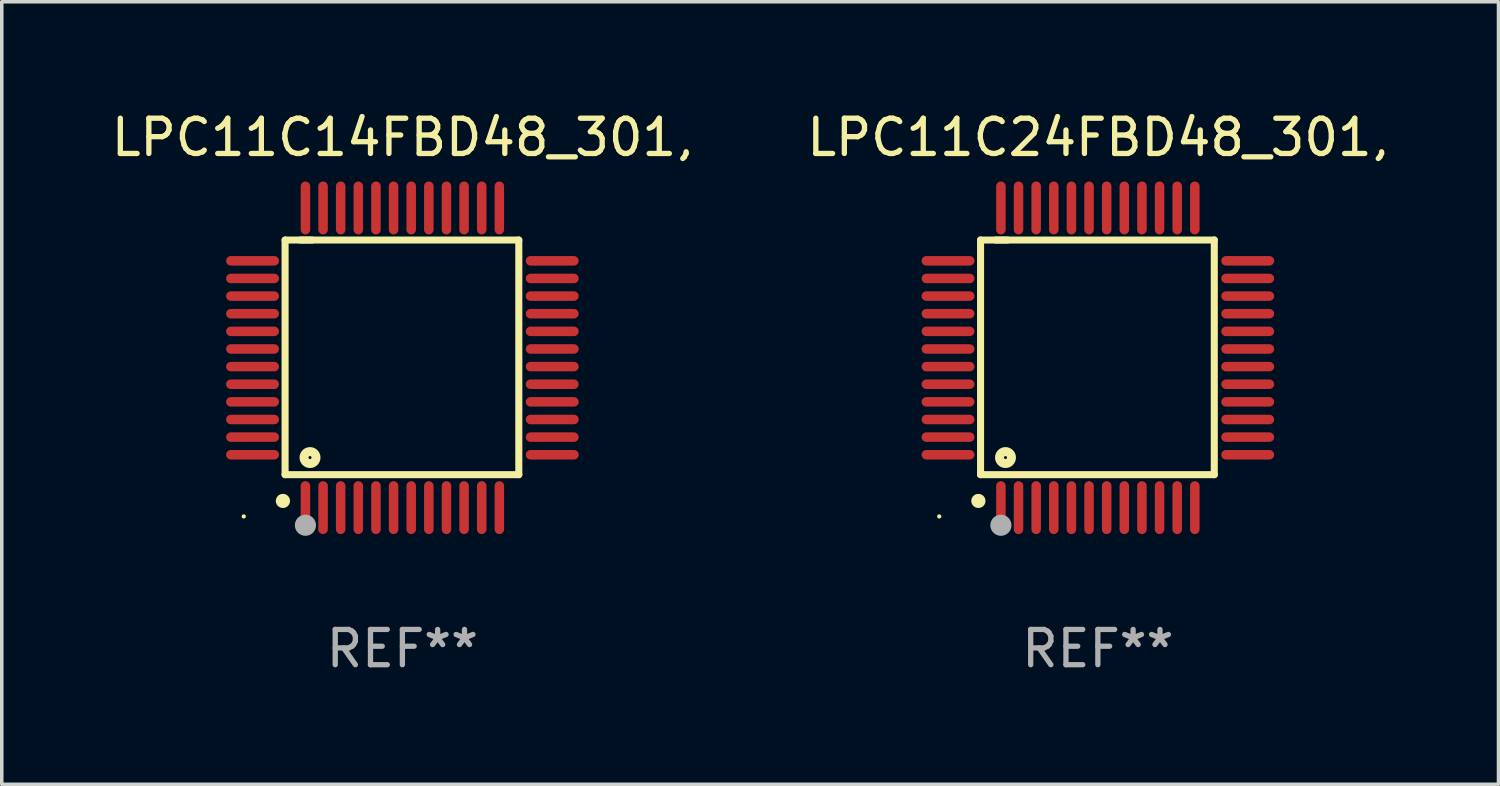
<source format=kicad_pcb>
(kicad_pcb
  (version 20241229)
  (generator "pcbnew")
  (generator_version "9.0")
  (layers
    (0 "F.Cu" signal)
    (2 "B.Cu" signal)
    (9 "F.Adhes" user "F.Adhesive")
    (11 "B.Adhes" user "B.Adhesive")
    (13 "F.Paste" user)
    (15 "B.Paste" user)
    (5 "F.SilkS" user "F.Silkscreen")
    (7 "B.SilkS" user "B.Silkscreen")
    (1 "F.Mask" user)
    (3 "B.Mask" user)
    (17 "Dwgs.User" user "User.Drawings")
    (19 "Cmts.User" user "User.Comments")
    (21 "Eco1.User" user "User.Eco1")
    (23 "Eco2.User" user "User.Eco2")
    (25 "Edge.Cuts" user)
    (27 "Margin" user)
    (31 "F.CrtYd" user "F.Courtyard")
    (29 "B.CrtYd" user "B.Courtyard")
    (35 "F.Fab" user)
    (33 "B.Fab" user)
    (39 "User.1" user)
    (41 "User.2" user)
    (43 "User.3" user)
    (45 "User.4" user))
  (footprint "LPC11C24FBD48_301,"
    (layer "F.Cu")
    (at 28.089 7.098)
    (property "Reference" "LPC11C24FBD48_301," (at 0 -6.25 0) (layer "F.SilkS") (effects (font (size 1 1) (thickness 0.15))))
    (attr through_hole)
    (fp_line (start -3.327 -3.34) (end -2.565 -3.34) (stroke (width 0.2) (type solid)) (layer "F.SilkS"))
    (fp_line (start -3.327 3.315) (end -3.327 -3.34) (stroke (width 0.2) (type solid)) (layer "F.SilkS"))
    (fp_line (start -2.896 -3.34) (end 3.302 -3.34) (stroke (width 0.2) (type solid)) (layer "F.SilkS"))
    (fp_line (start 3.302 -3.34) (end 3.302 3.315) (stroke (width 0.2) (type solid)) (layer "F.SilkS"))
    (fp_line (start 3.302 3.315) (end -3.327 3.315) (stroke (width 0.2) (type solid)) (layer "F.SilkS"))
    (fp_arc (start -3.389992 4.059995) (mid -3.388722 4.059991) (end -3.387452 4.059995) (stroke (width 0.4) (type solid)) (layer "F.SilkS"))
    (fp_circle (center -4.5 4.5) (end -4.47 4.5) (stroke (width 0.06) (type solid)) (fill no) (layer "F.SilkS"))
    (fp_circle (center -2.62 2.83) (end -2.45 2.83) (stroke (width 0.254) (type solid)) (fill no) (layer "F.SilkS"))
    (fp_circle (center -2.75 4.75) (end -2.6 4.75) (stroke (width 0.3) (type solid)) (fill no) (layer "F.Fab"))
    (fp_text user "REF**" (at 0 8.25 0) (layer "F.Fab") (effects (font (size 1 1) (thickness 0.15))))
    (pad "1" smd oval (at -2.75 4.25) (size 0.27 1.5) (layers "F.Cu" "F.Mask" "F.Paste"))
    (pad "2" smd oval (at -2.25 4.25) (size 0.27 1.5) (layers "F.Cu" "F.Mask" "F.Paste"))
    (pad "3" smd oval (at -1.75 4.25) (size 0.27 1.5) (layers "F.Cu" "F.Mask" "F.Paste"))
    (pad "4" smd oval (at -1.25 4.25) (size 0.27 1.5) (layers "F.Cu" "F.Mask" "F.Paste"))
    (pad "5" smd oval (at -0.75 4.25) (size 0.27 1.5) (layers "F.Cu" "F.Mask" "F.Paste"))
    (pad "6" smd oval (at -0.25 4.25) (size 0.27 1.5) (layers "F.Cu" "F.Mask" "F.Paste"))
    (pad "7" smd oval (at 0.25 4.25) (size 0.27 1.5) (layers "F.Cu" "F.Mask" "F.Paste"))
    (pad "8" smd oval (at 0.75 4.25) (size 0.27 1.5) (layers "F.Cu" "F.Mask" "F.Paste"))
    (pad "9" smd oval (at 1.25 4.25) (size 0.27 1.5) (layers "F.Cu" "F.Mask" "F.Paste"))
    (pad "10" smd oval (at 1.75 4.25) (size 0.27 1.5) (layers "F.Cu" "F.Mask" "F.Paste"))
    (pad "11" smd oval (at 2.25 4.25) (size 0.27 1.5) (layers "F.Cu" "F.Mask" "F.Paste"))
    (pad "12" smd oval (at 2.75 4.25) (size 0.27 1.5) (layers "F.Cu" "F.Mask" "F.Paste"))
    (pad "13" smd oval (at 4.25 2.75) (size 1.5 0.27) (layers "F.Cu" "F.Mask" "F.Paste"))
    (pad "14" smd oval (at 4.25 2.25) (size 1.5 0.27) (layers "F.Cu" "F.Mask" "F.Paste"))
    (pad "15" smd oval (at 4.25 1.75) (size 1.5 0.27) (layers "F.Cu" "F.Mask" "F.Paste"))
    (pad "16" smd oval (at 4.25 1.25) (size 1.5 0.27) (layers "F.Cu" "F.Mask" "F.Paste"))
    (pad "17" smd oval (at 4.25 0.75) (size 1.5 0.27) (layers "F.Cu" "F.Mask" "F.Paste"))
    (pad "18" smd oval (at 4.25 0.25) (size 1.5 0.27) (layers "F.Cu" "F.Mask" "F.Paste"))
    (pad "19" smd oval (at 4.25 -0.25) (size 1.5 0.27) (layers "F.Cu" "F.Mask" "F.Paste"))
    (pad "20" smd oval (at 4.25 -0.75) (size 1.5 0.27) (layers "F.Cu" "F.Mask" "F.Paste"))
    (pad "21" smd oval (at 4.25 -1.25) (size 1.5 0.27) (layers "F.Cu" "F.Mask" "F.Paste"))
    (pad "22" smd oval (at 4.25 -1.75) (size 1.5 0.27) (layers "F.Cu" "F.Mask" "F.Paste"))
    (pad "23" smd oval (at 4.25 -2.25) (size 1.5 0.27) (layers "F.Cu" "F.Mask" "F.Paste"))
    (pad "24" smd oval (at 4.25 -2.75) (size 1.5 0.27) (layers "F.Cu" "F.Mask" "F.Paste"))
    (pad "25" smd oval (at 2.75 -4.25) (size 0.27 1.5) (layers "F.Cu" "F.Mask" "F.Paste"))
    (pad "26" smd oval (at 2.25 -4.25) (size 0.27 1.5) (layers "F.Cu" "F.Mask" "F.Paste"))
    (pad "27" smd oval (at 1.75 -4.25) (size 0.27 1.5) (layers "F.Cu" "F.Mask" "F.Paste"))
    (pad "28" smd oval (at 1.25 -4.25) (size 0.27 1.5) (layers "F.Cu" "F.Mask" "F.Paste"))
    (pad "29" smd oval (at 0.75 -4.25) (size 0.27 1.5) (layers "F.Cu" "F.Mask" "F.Paste"))
    (pad "30" smd oval (at 0.25 -4.25) (size 0.27 1.5) (layers "F.Cu" "F.Mask" "F.Paste"))
    (pad "31" smd oval (at -0.25 -4.25) (size 0.27 1.5) (layers "F.Cu" "F.Mask" "F.Paste"))
    (pad "32" smd oval (at -0.75 -4.25) (size 0.27 1.5) (layers "F.Cu" "F.Mask" "F.Paste"))
    (pad "33" smd oval (at -1.25 -4.25) (size 0.27 1.5) (layers "F.Cu" "F.Mask" "F.Paste"))
    (pad "34" smd oval (at -1.75 -4.25) (size 0.27 1.5) (layers "F.Cu" "F.Mask" "F.Paste"))
    (pad "35" smd oval (at -2.25 -4.25) (size 0.27 1.5) (layers "F.Cu" "F.Mask" "F.Paste"))
    (pad "36" smd oval (at -2.75 -4.25) (size 0.27 1.5) (layers "F.Cu" "F.Mask" "F.Paste"))
    (pad "37" smd oval (at -4.25 -2.75) (size 1.5 0.27) (layers "F.Cu" "F.Mask" "F.Paste"))
    (pad "38" smd oval (at -4.25 -2.25) (size 1.5 0.27) (layers "F.Cu" "F.Mask" "F.Paste"))
    (pad "39" smd oval (at -4.25 -1.75) (size 1.5 0.27) (layers "F.Cu" "F.Mask" "F.Paste"))
    (pad "40" smd oval (at -4.25 -1.25) (size 1.5 0.27) (layers "F.Cu" "F.Mask" "F.Paste"))
    (pad "41" smd oval (at -4.25 -0.75) (size 1.5 0.27) (layers "F.Cu" "F.Mask" "F.Paste"))
    (pad "42" smd oval (at -4.25 -0.25) (size 1.5 0.27) (layers "F.Cu" "F.Mask" "F.Paste"))
    (pad "43" smd oval (at -4.25 0.25) (size 1.5 0.27) (layers "F.Cu" "F.Mask" "F.Paste"))
    (pad "44" smd oval (at -4.25 0.75) (size 1.5 0.27) (layers "F.Cu" "F.Mask" "F.Paste"))
    (pad "45" smd oval (at -4.25 1.25) (size 1.5 0.27) (layers "F.Cu" "F.Mask" "F.Paste"))
    (pad "46" smd oval (at -4.25 1.75) (size 1.5 0.27) (layers "F.Cu" "F.Mask" "F.Paste"))
    (pad "47" smd oval (at -4.25 2.25) (size 1.5 0.27) (layers "F.Cu" "F.Mask" "F.Paste"))
    (pad "48" smd oval (at -4.25 2.75) (size 1.5 0.27) (layers "F.Cu" "F.Mask" "F.Paste")))
  (footprint "LPC11C14FBD48_301,"
    (layer "F.Cu")
    (at 8.363 7.098)
    (property "Reference" "LPC11C14FBD48_301," (at 0 -6.25 0) (layer "F.SilkS") (effects (font (size 1 1) (thickness 0.15))))
    (attr through_hole)
    (fp_line (start -3.327 -3.34) (end -2.565 -3.34) (stroke (width 0.2) (type solid)) (layer "F.SilkS"))
    (fp_line (start -3.327 3.315) (end -3.327 -3.34) (stroke (width 0.2) (type solid)) (layer "F.SilkS"))
    (fp_line (start -2.896 -3.34) (end 3.302 -3.34) (stroke (width 0.2) (type solid)) (layer "F.SilkS"))
    (fp_line (start 3.302 -3.34) (end 3.302 3.315) (stroke (width 0.2) (type solid)) (layer "F.SilkS"))
    (fp_line (start 3.302 3.315) (end -3.327 3.315) (stroke (width 0.2) (type solid)) (layer "F.SilkS"))
    (fp_arc (start -3.389992 4.059995) (mid -3.388722 4.059991) (end -3.387452 4.059995) (stroke (width 0.4) (type solid)) (layer "F.SilkS"))
    (fp_circle (center -4.5 4.5) (end -4.47 4.5) (stroke (width 0.06) (type solid)) (fill no) (layer "F.SilkS"))
    (fp_circle (center -2.62 2.83) (end -2.45 2.83) (stroke (width 0.254) (type solid)) (fill no) (layer "F.SilkS"))
    (fp_circle (center -2.75 4.75) (end -2.6 4.75) (stroke (width 0.3) (type solid)) (fill no) (layer "F.Fab"))
    (fp_text user "REF**" (at 0 8.25 0) (layer "F.Fab") (effects (font (size 1 1) (thickness 0.15))))
    (pad "1" smd oval (at -2.75 4.25) (size 0.27 1.5) (layers "F.Cu" "F.Mask" "F.Paste"))
    (pad "2" smd oval (at -2.25 4.25) (size 0.27 1.5) (layers "F.Cu" "F.Mask" "F.Paste"))
    (pad "3" smd oval (at -1.75 4.25) (size 0.27 1.5) (layers "F.Cu" "F.Mask" "F.Paste"))
    (pad "4" smd oval (at -1.25 4.25) (size 0.27 1.5) (layers "F.Cu" "F.Mask" "F.Paste"))
    (pad "5" smd oval (at -0.75 4.25) (size 0.27 1.5) (layers "F.Cu" "F.Mask" "F.Paste"))
    (pad "6" smd oval (at -0.25 4.25) (size 0.27 1.5) (layers "F.Cu" "F.Mask" "F.Paste"))
    (pad "7" smd oval (at 0.25 4.25) (size 0.27 1.5) (layers "F.Cu" "F.Mask" "F.Paste"))
    (pad "8" smd oval (at 0.75 4.25) (size 0.27 1.5) (layers "F.Cu" "F.Mask" "F.Paste"))
    (pad "9" smd oval (at 1.25 4.25) (size 0.27 1.5) (layers "F.Cu" "F.Mask" "F.Paste"))
    (pad "10" smd oval (at 1.75 4.25) (size 0.27 1.5) (layers "F.Cu" "F.Mask" "F.Paste"))
    (pad "11" smd oval (at 2.25 4.25) (size 0.27 1.5) (layers "F.Cu" "F.Mask" "F.Paste"))
    (pad "12" smd oval (at 2.75 4.25) (size 0.27 1.5) (layers "F.Cu" "F.Mask" "F.Paste"))
    (pad "13" smd oval (at 4.25 2.75) (size 1.5 0.27) (layers "F.Cu" "F.Mask" "F.Paste"))
    (pad "14" smd oval (at 4.25 2.25) (size 1.5 0.27) (layers "F.Cu" "F.Mask" "F.Paste"))
    (pad "15" smd oval (at 4.25 1.75) (size 1.5 0.27) (layers "F.Cu" "F.Mask" "F.Paste"))
    (pad "16" smd oval (at 4.25 1.25) (size 1.5 0.27) (layers "F.Cu" "F.Mask" "F.Paste"))
    (pad "17" smd oval (at 4.25 0.75) (size 1.5 0.27) (layers "F.Cu" "F.Mask" "F.Paste"))
    (pad "18" smd oval (at 4.25 0.25) (size 1.5 0.27) (layers "F.Cu" "F.Mask" "F.Paste"))
    (pad "19" smd oval (at 4.25 -0.25) (size 1.5 0.27) (layers "F.Cu" "F.Mask" "F.Paste"))
    (pad "20" smd oval (at 4.25 -0.75) (size 1.5 0.27) (layers "F.Cu" "F.Mask" "F.Paste"))
    (pad "21" smd oval (at 4.25 -1.25) (size 1.5 0.27) (layers "F.Cu" "F.Mask" "F.Paste"))
    (pad "22" smd oval (at 4.25 -1.75) (size 1.5 0.27) (layers "F.Cu" "F.Mask" "F.Paste"))
    (pad "23" smd oval (at 4.25 -2.25) (size 1.5 0.27) (layers "F.Cu" "F.Mask" "F.Paste"))
    (pad "24" smd oval (at 4.25 -2.75) (size 1.5 0.27) (layers "F.Cu" "F.Mask" "F.Paste"))
    (pad "25" smd oval (at 2.75 -4.25) (size 0.27 1.5) (layers "F.Cu" "F.Mask" "F.Paste"))
    (pad "26" smd oval (at 2.25 -4.25) (size 0.27 1.5) (layers "F.Cu" "F.Mask" "F.Paste"))
    (pad "27" smd oval (at 1.75 -4.25) (size 0.27 1.5) (layers "F.Cu" "F.Mask" "F.Paste"))
    (pad "28" smd oval (at 1.25 -4.25) (size 0.27 1.5) (layers "F.Cu" "F.Mask" "F.Paste"))
    (pad "29" smd oval (at 0.75 -4.25) (size 0.27 1.5) (layers "F.Cu" "F.Mask" "F.Paste"))
    (pad "30" smd oval (at 0.25 -4.25) (size 0.27 1.5) (layers "F.Cu" "F.Mask" "F.Paste"))
    (pad "31" smd oval (at -0.25 -4.25) (size 0.27 1.5) (layers "F.Cu" "F.Mask" "F.Paste"))
    (pad "32" smd oval (at -0.75 -4.25) (size 0.27 1.5) (layers "F.Cu" "F.Mask" "F.Paste"))
    (pad "33" smd oval (at -1.25 -4.25) (size 0.27 1.5) (layers "F.Cu" "F.Mask" "F.Paste"))
    (pad "34" smd oval (at -1.75 -4.25) (size 0.27 1.5) (layers "F.Cu" "F.Mask" "F.Paste"))
    (pad "35" smd oval (at -2.25 -4.25) (size 0.27 1.5) (layers "F.Cu" "F.Mask" "F.Paste"))
    (pad "36" smd oval (at -2.75 -4.25) (size 0.27 1.5) (layers "F.Cu" "F.Mask" "F.Paste"))
    (pad "37" smd oval (at -4.25 -2.75) (size 1.5 0.27) (layers "F.Cu" "F.Mask" "F.Paste"))
    (pad "38" smd oval (at -4.25 -2.25) (size 1.5 0.27) (layers "F.Cu" "F.Mask" "F.Paste"))
    (pad "39" smd oval (at -4.25 -1.75) (size 1.5 0.27) (layers "F.Cu" "F.Mask" "F.Paste"))
    (pad "40" smd oval (at -4.25 -1.25) (size 1.5 0.27) (layers "F.Cu" "F.Mask" "F.Paste"))
    (pad "41" smd oval (at -4.25 -0.75) (size 1.5 0.27) (layers "F.Cu" "F.Mask" "F.Paste"))
    (pad "42" smd oval (at -4.25 -0.25) (size 1.5 0.27) (layers "F.Cu" "F.Mask" "F.Paste"))
    (pad "43" smd oval (at -4.25 0.25) (size 1.5 0.27) (layers "F.Cu" "F.Mask" "F.Paste"))
    (pad "44" smd oval (at -4.25 0.75) (size 1.5 0.27) (layers "F.Cu" "F.Mask" "F.Paste"))
    (pad "45" smd oval (at -4.25 1.25) (size 1.5 0.27) (layers "F.Cu" "F.Mask" "F.Paste"))
    (pad "46" smd oval (at -4.25 1.75) (size 1.5 0.27) (layers "F.Cu" "F.Mask" "F.Paste"))
    (pad "47" smd oval (at -4.25 2.25) (size 1.5 0.27) (layers "F.Cu" "F.Mask" "F.Paste"))
    (pad "48" smd oval (at -4.25 2.75) (size 1.5 0.27) (layers "F.Cu" "F.Mask" "F.Paste")))
  (gr_rect
    (start -3 -3)
    (end 39.452 19.196)
    (stroke (width 0.1) (type default))
    (fill no)
    (layer "Edge.Cuts")))
</source>
